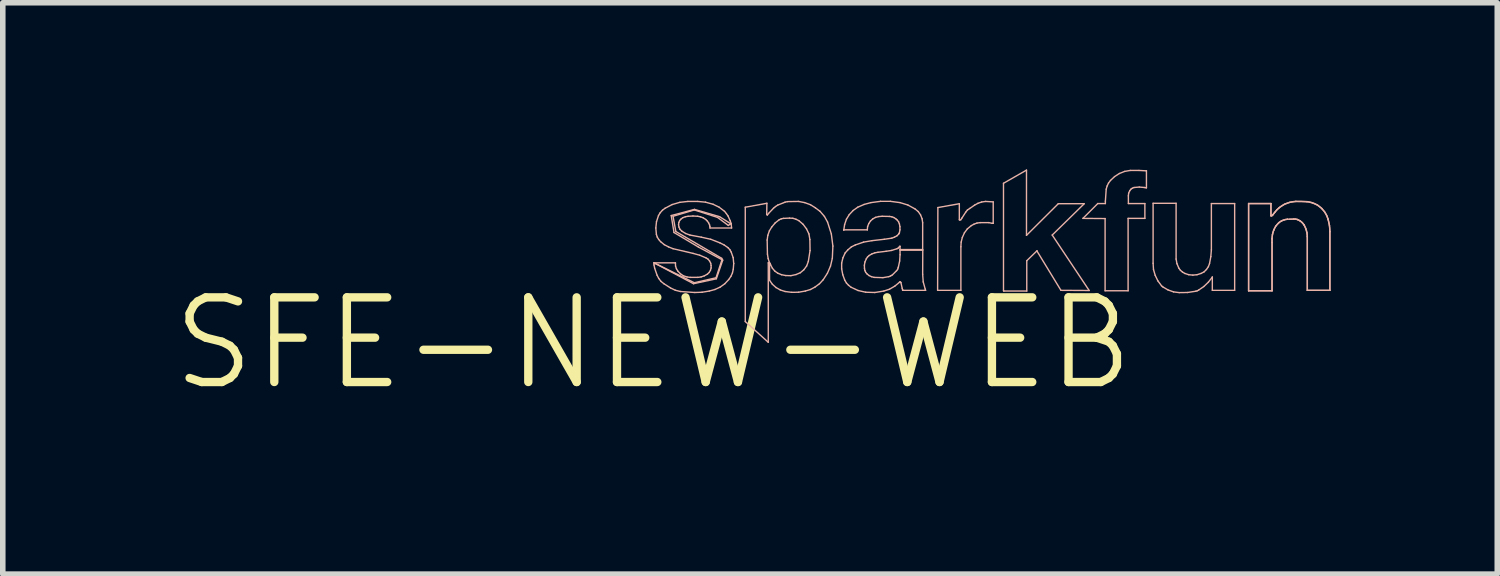
<source format=kicad_pcb>
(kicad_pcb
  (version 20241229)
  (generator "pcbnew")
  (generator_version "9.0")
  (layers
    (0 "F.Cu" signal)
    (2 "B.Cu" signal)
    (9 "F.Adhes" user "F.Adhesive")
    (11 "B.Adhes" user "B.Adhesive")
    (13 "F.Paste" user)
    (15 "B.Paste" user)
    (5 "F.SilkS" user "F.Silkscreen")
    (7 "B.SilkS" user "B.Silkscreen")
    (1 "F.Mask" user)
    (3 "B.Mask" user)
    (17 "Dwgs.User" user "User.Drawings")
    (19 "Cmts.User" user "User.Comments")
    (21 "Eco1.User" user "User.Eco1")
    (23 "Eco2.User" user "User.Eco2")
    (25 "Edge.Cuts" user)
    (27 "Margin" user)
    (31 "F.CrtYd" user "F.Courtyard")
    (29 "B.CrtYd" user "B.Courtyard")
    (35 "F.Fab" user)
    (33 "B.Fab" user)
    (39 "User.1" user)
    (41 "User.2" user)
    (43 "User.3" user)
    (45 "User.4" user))
  (footprint "SFE-NEW-WEB"
    (layer "F.Cu")
    (at 8.709 3.129)
    (property "Reference" "SFE-NEW-WEB" (at 0 0 0) (layer "F.SilkS") (effects (font (size 1.524 1.524) (thickness 0.15))))
    (attr exclude_from_pos_files exclude_from_bom)
    (fp_line (start 0.013 -1.448) (end 0.013 -1.41) (stroke (width 0.025) (type solid)) (layer "B.SilkS"))
    (fp_line (start 0.013 -1.448) (end 0.724 -1.072) (stroke (width 0.025) (type solid)) (layer "B.SilkS"))
    (fp_line (start 0.013 -1.41) (end 0.025 -1.351) (stroke (width 0.025) (type solid)) (layer "B.SilkS"))
    (fp_line (start 0.025 -1.351) (end 0.069 -1.224) (stroke (width 0.025) (type solid)) (layer "B.SilkS"))
    (fp_line (start 0.046 -2.075) (end 0.056 -1.961) (stroke (width 0.025) (type solid)) (layer "B.SilkS"))
    (fp_line (start 0.056 -1.961) (end 0.071 -1.913) (stroke (width 0.025) (type solid)) (layer "B.SilkS"))
    (fp_line (start 0.058 -2.189) (end 0.046 -2.075) (stroke (width 0.025) (type solid)) (layer "B.SilkS"))
    (fp_line (start 0.069 -1.224) (end 0.099 -1.166) (stroke (width 0.025) (type solid)) (layer "B.SilkS"))
    (fp_line (start 0.071 -1.913) (end 0.097 -1.869) (stroke (width 0.025) (type solid)) (layer "B.SilkS"))
    (fp_line (start 0.094 -2.299) (end 0.058 -2.189) (stroke (width 0.025) (type solid)) (layer "B.SilkS"))
    (fp_line (start 0.097 -1.869) (end 0.132 -1.829) (stroke (width 0.025) (type solid)) (layer "B.SilkS"))
    (fp_line (start 0.099 -1.166) (end 0.14 -1.113) (stroke (width 0.025) (type solid)) (layer "B.SilkS"))
    (fp_line (start 0.124 -2.349) (end 0.094 -2.299) (stroke (width 0.025) (type solid)) (layer "B.SilkS"))
    (fp_line (start 0.132 -1.829) (end 0.198 -1.775) (stroke (width 0.025) (type solid)) (layer "B.SilkS"))
    (fp_line (start 0.14 -1.113) (end 0.191 -1.072) (stroke (width 0.025) (type solid)) (layer "B.SilkS"))
    (fp_line (start 0.165 -2.395) (end 0.124 -2.349) (stroke (width 0.025) (type solid)) (layer "B.SilkS"))
    (fp_line (start 0.191 -1.072) (end 0.31 -0.996) (stroke (width 0.025) (type solid)) (layer "B.SilkS"))
    (fp_line (start 0.198 -1.775) (end 0.274 -1.735) (stroke (width 0.025) (type solid)) (layer "B.SilkS"))
    (fp_line (start 0.213 -2.431) (end 0.165 -2.395) (stroke (width 0.025) (type solid)) (layer "B.SilkS"))
    (fp_line (start 0.274 -1.735) (end 0.356 -1.702) (stroke (width 0.025) (type solid)) (layer "B.SilkS"))
    (fp_line (start 0.31 -0.996) (end 0.396 -0.955) (stroke (width 0.025) (type solid)) (layer "B.SilkS"))
    (fp_line (start 0.323 -2.299) (end 0.373 -1.994) (stroke (width 0.025) (type solid)) (layer "B.SilkS"))
    (fp_line (start 0.34 -2.497) (end 0.213 -2.431) (stroke (width 0.025) (type solid)) (layer "B.SilkS"))
    (fp_line (start 0.356 -2.286) (end 0.737 -2.4) (stroke (width 0.025) (type solid)) (layer "B.SilkS"))
    (fp_line (start 0.356 -1.702) (end 0.716 -1.618) (stroke (width 0.025) (type solid)) (layer "B.SilkS"))
    (fp_line (start 0.373 -1.994) (end 0.813 -1.732) (stroke (width 0.025) (type solid)) (layer "B.SilkS"))
    (fp_line (start 0.396 -0.955) (end 0.488 -0.932) (stroke (width 0.025) (type solid)) (layer "B.SilkS"))
    (fp_line (start 0.399 -1.448) (end 0.013 -1.448) (stroke (width 0.025) (type solid)) (layer "B.SilkS"))
    (fp_line (start 0.399 -1.44) (end 0.399 -1.448) (stroke (width 0.025) (type solid)) (layer "B.SilkS"))
    (fp_line (start 0.401 -1.389) (end 0.399 -1.44) (stroke (width 0.025) (type solid)) (layer "B.SilkS"))
    (fp_line (start 0.406 -2.012) (end 0.356 -2.286) (stroke (width 0.025) (type solid)) (layer "B.SilkS"))
    (fp_line (start 0.417 -1.341) (end 0.401 -1.389) (stroke (width 0.025) (type solid)) (layer "B.SilkS"))
    (fp_line (start 0.445 -1.295) (end 0.417 -1.341) (stroke (width 0.025) (type solid)) (layer "B.SilkS"))
    (fp_line (start 0.455 -2.134) (end 0.46 -2.174) (stroke (width 0.025) (type solid)) (layer "B.SilkS"))
    (fp_line (start 0.46 -2.174) (end 0.475 -2.21) (stroke (width 0.025) (type solid)) (layer "B.SilkS"))
    (fp_line (start 0.462 -2.093) (end 0.455 -2.134) (stroke (width 0.025) (type solid)) (layer "B.SilkS"))
    (fp_line (start 0.475 -2.21) (end 0.503 -2.24) (stroke (width 0.025) (type solid)) (layer "B.SilkS"))
    (fp_line (start 0.478 -2.537) (end 0.34 -2.497) (stroke (width 0.025) (type solid)) (layer "B.SilkS"))
    (fp_line (start 0.48 -2.052) (end 0.462 -2.093) (stroke (width 0.025) (type solid)) (layer "B.SilkS"))
    (fp_line (start 0.488 -0.932) (end 0.747 -0.914) (stroke (width 0.025) (type solid)) (layer "B.SilkS"))
    (fp_line (start 0.49 -1.25) (end 0.445 -1.295) (stroke (width 0.025) (type solid)) (layer "B.SilkS"))
    (fp_line (start 0.503 -2.24) (end 0.533 -2.261) (stroke (width 0.025) (type solid)) (layer "B.SilkS"))
    (fp_line (start 0.513 -2.019) (end 0.48 -2.052) (stroke (width 0.025) (type solid)) (layer "B.SilkS"))
    (fp_line (start 0.533 -2.261) (end 0.579 -2.278) (stroke (width 0.025) (type solid)) (layer "B.SilkS"))
    (fp_line (start 0.544 -1.214) (end 0.49 -1.25) (stroke (width 0.025) (type solid)) (layer "B.SilkS"))
    (fp_line (start 0.579 -2.278) (end 0.627 -2.286) (stroke (width 0.025) (type solid)) (layer "B.SilkS"))
    (fp_line (start 0.582 -1.976) (end 0.513 -2.019) (stroke (width 0.025) (type solid)) (layer "B.SilkS"))
    (fp_line (start 0.607 -1.194) (end 0.544 -1.214) (stroke (width 0.025) (type solid)) (layer "B.SilkS"))
    (fp_line (start 0.622 -2.553) (end 0.478 -2.537) (stroke (width 0.025) (type solid)) (layer "B.SilkS"))
    (fp_line (start 0.627 -2.286) (end 0.714 -2.291) (stroke (width 0.025) (type solid)) (layer "B.SilkS"))
    (fp_line (start 0.66 -1.948) (end 0.582 -1.976) (stroke (width 0.025) (type solid)) (layer "B.SilkS"))
    (fp_line (start 0.665 -1.186) (end 0.607 -1.194) (stroke (width 0.025) (type solid)) (layer "B.SilkS"))
    (fp_line (start 0.714 -2.291) (end 0.8 -2.286) (stroke (width 0.025) (type solid)) (layer "B.SilkS"))
    (fp_line (start 0.716 -1.618) (end 0.836 -1.585) (stroke (width 0.025) (type solid)) (layer "B.SilkS"))
    (fp_line (start 0.724 -1.072) (end 1.135 -1.161) (stroke (width 0.025) (type solid)) (layer "B.SilkS"))
    (fp_line (start 0.737 -2.4) (end 1.156 -2.266) (stroke (width 0.025) (type solid)) (layer "B.SilkS"))
    (fp_line (start 0.737 -1.09) (end 0.013 -1.448) (stroke (width 0.025) (type solid)) (layer "B.SilkS"))
    (fp_line (start 0.742 -2.41) (end 0.323 -2.299) (stroke (width 0.025) (type solid)) (layer "B.SilkS"))
    (fp_line (start 0.747 -0.914) (end 0.879 -0.919) (stroke (width 0.025) (type solid)) (layer "B.SilkS"))
    (fp_line (start 0.8 -2.553) (end 0.622 -2.553) (stroke (width 0.025) (type solid)) (layer "B.SilkS"))
    (fp_line (start 0.8 -2.286) (end 0.851 -2.276) (stroke (width 0.025) (type solid)) (layer "B.SilkS"))
    (fp_line (start 0.8 -1.186) (end 0.665 -1.186) (stroke (width 0.025) (type solid)) (layer "B.SilkS"))
    (fp_line (start 0.813 -1.732) (end 1.237 -1.504) (stroke (width 0.025) (type solid)) (layer "B.SilkS"))
    (fp_line (start 0.836 -1.585) (end 0.95 -1.537) (stroke (width 0.025) (type solid)) (layer "B.SilkS"))
    (fp_line (start 0.851 -2.276) (end 0.899 -2.258) (stroke (width 0.025) (type solid)) (layer "B.SilkS"))
    (fp_line (start 0.861 -1.194) (end 0.8 -1.186) (stroke (width 0.025) (type solid)) (layer "B.SilkS"))
    (fp_line (start 0.864 -1.91) (end 0.66 -1.948) (stroke (width 0.025) (type solid)) (layer "B.SilkS"))
    (fp_line (start 0.879 -0.919) (end 1.008 -0.94) (stroke (width 0.025) (type solid)) (layer "B.SilkS"))
    (fp_line (start 0.899 -2.258) (end 0.945 -2.228) (stroke (width 0.025) (type solid)) (layer "B.SilkS"))
    (fp_line (start 0.919 -1.214) (end 0.861 -1.194) (stroke (width 0.025) (type solid)) (layer "B.SilkS"))
    (fp_line (start 0.94 -2.54) (end 0.8 -2.553) (stroke (width 0.025) (type solid)) (layer "B.SilkS"))
    (fp_line (start 0.945 -2.228) (end 0.973 -2.2) (stroke (width 0.025) (type solid)) (layer "B.SilkS"))
    (fp_line (start 0.95 -1.537) (end 0.986 -1.514) (stroke (width 0.025) (type solid)) (layer "B.SilkS"))
    (fp_line (start 0.973 -2.2) (end 0.996 -2.167) (stroke (width 0.025) (type solid)) (layer "B.SilkS"))
    (fp_line (start 0.975 -1.245) (end 0.919 -1.214) (stroke (width 0.025) (type solid)) (layer "B.SilkS"))
    (fp_line (start 0.986 -1.514) (end 1.013 -1.481) (stroke (width 0.025) (type solid)) (layer "B.SilkS"))
    (fp_line (start 0.996 -2.167) (end 1.013 -2.131) (stroke (width 0.025) (type solid)) (layer "B.SilkS"))
    (fp_line (start 1.006 -1.275) (end 0.975 -1.245) (stroke (width 0.025) (type solid)) (layer "B.SilkS"))
    (fp_line (start 1.008 -0.94) (end 1.11 -0.968) (stroke (width 0.025) (type solid)) (layer "B.SilkS"))
    (fp_line (start 1.013 -2.131) (end 1.019 -2.103) (stroke (width 0.025) (type solid)) (layer "B.SilkS"))
    (fp_line (start 1.013 -1.481) (end 1.034 -1.44) (stroke (width 0.025) (type solid)) (layer "B.SilkS"))
    (fp_line (start 1.019 -2.103) (end 1.021 -2.075) (stroke (width 0.025) (type solid)) (layer "B.SilkS"))
    (fp_line (start 1.021 -2.075) (end 1.41 -2.075) (stroke (width 0.025) (type solid)) (layer "B.SilkS"))
    (fp_line (start 1.029 -1.313) (end 1.006 -1.275) (stroke (width 0.025) (type solid)) (layer "B.SilkS"))
    (fp_line (start 1.034 -1.872) (end 0.864 -1.91) (stroke (width 0.025) (type solid)) (layer "B.SilkS"))
    (fp_line (start 1.034 -1.44) (end 1.041 -1.4) (stroke (width 0.025) (type solid)) (layer "B.SilkS"))
    (fp_line (start 1.041 -1.4) (end 1.041 -1.356) (stroke (width 0.025) (type solid)) (layer "B.SilkS"))
    (fp_line (start 1.041 -1.356) (end 1.029 -1.313) (stroke (width 0.025) (type solid)) (layer "B.SilkS"))
    (fp_line (start 1.077 -2.502) (end 0.94 -2.54) (stroke (width 0.025) (type solid)) (layer "B.SilkS"))
    (fp_line (start 1.11 -0.968) (end 1.204 -1.011) (stroke (width 0.025) (type solid)) (layer "B.SilkS"))
    (fp_line (start 1.13 -1.179) (end 0.737 -1.09) (stroke (width 0.025) (type solid)) (layer "B.SilkS"))
    (fp_line (start 1.135 -1.161) (end 1.25 -1.496) (stroke (width 0.025) (type solid)) (layer "B.SilkS"))
    (fp_line (start 1.156 -2.266) (end 1.351 -2.121) (stroke (width 0.025) (type solid)) (layer "B.SilkS"))
    (fp_line (start 1.186 -2.449) (end 1.077 -2.502) (stroke (width 0.025) (type solid)) (layer "B.SilkS"))
    (fp_line (start 1.194 -2.278) (end 0.742 -2.41) (stroke (width 0.025) (type solid)) (layer "B.SilkS"))
    (fp_line (start 1.199 -1.808) (end 1.034 -1.872) (stroke (width 0.025) (type solid)) (layer "B.SilkS"))
    (fp_line (start 1.204 -1.011) (end 1.288 -1.072) (stroke (width 0.025) (type solid)) (layer "B.SilkS"))
    (fp_line (start 1.232 -1.529) (end 0.406 -2.012) (stroke (width 0.025) (type solid)) (layer "B.SilkS"))
    (fp_line (start 1.237 -1.504) (end 1.13 -1.179) (stroke (width 0.025) (type solid)) (layer "B.SilkS"))
    (fp_line (start 1.25 -1.496) (end 1.232 -1.529) (stroke (width 0.025) (type solid)) (layer "B.SilkS"))
    (fp_line (start 1.275 -1.77) (end 1.199 -1.808) (stroke (width 0.025) (type solid)) (layer "B.SilkS"))
    (fp_line (start 1.283 -2.375) (end 1.186 -2.449) (stroke (width 0.025) (type solid)) (layer "B.SilkS"))
    (fp_line (start 1.288 -1.072) (end 1.359 -1.148) (stroke (width 0.025) (type solid)) (layer "B.SilkS"))
    (fp_line (start 1.316 -2.334) (end 1.283 -2.375) (stroke (width 0.025) (type solid)) (layer "B.SilkS"))
    (fp_line (start 1.346 -2.291) (end 1.316 -2.334) (stroke (width 0.025) (type solid)) (layer "B.SilkS"))
    (fp_line (start 1.346 -1.72) (end 1.275 -1.77) (stroke (width 0.025) (type solid)) (layer "B.SilkS"))
    (fp_line (start 1.351 -2.121) (end 1.402 -2.156) (stroke (width 0.025) (type solid)) (layer "B.SilkS"))
    (fp_line (start 1.359 -1.148) (end 1.397 -1.204) (stroke (width 0.025) (type solid)) (layer "B.SilkS"))
    (fp_line (start 1.379 -1.684) (end 1.346 -1.72) (stroke (width 0.025) (type solid)) (layer "B.SilkS"))
    (fp_line (start 1.382 -2.21) (end 1.346 -2.291) (stroke (width 0.025) (type solid)) (layer "B.SilkS"))
    (fp_line (start 1.397 -1.204) (end 1.425 -1.265) (stroke (width 0.025) (type solid)) (layer "B.SilkS"))
    (fp_line (start 1.402 -2.156) (end 1.382 -2.21) (stroke (width 0.025) (type solid)) (layer "B.SilkS"))
    (fp_line (start 1.402 -2.146) (end 1.194 -2.278) (stroke (width 0.025) (type solid)) (layer "B.SilkS"))
    (fp_line (start 1.402 -1.643) (end 1.379 -1.684) (stroke (width 0.025) (type solid)) (layer "B.SilkS"))
    (fp_line (start 1.41 -2.075) (end 1.402 -2.146) (stroke (width 0.025) (type solid)) (layer "B.SilkS"))
    (fp_line (start 1.425 -1.265) (end 1.44 -1.333) (stroke (width 0.025) (type solid)) (layer "B.SilkS"))
    (fp_line (start 1.438 -1.542) (end 1.402 -1.643) (stroke (width 0.025) (type solid)) (layer "B.SilkS"))
    (fp_line (start 1.44 -1.333) (end 1.448 -1.435) (stroke (width 0.025) (type solid)) (layer "B.SilkS"))
    (fp_line (start 1.448 -1.435) (end 1.438 -1.542) (stroke (width 0.025) (type solid)) (layer "B.SilkS"))
    (fp_line (start 1.656 -2.449) (end 2.045 -2.52) (stroke (width 0.025) (type solid)) (layer "B.SilkS"))
    (fp_line (start 1.656 -0.391) (end 1.656 -2.449) (stroke (width 0.025) (type solid)) (layer "B.SilkS"))
    (fp_line (start 2.042 -2.322) (end 2.05 -2.311) (stroke (width 0.025) (type solid)) (layer "B.SilkS"))
    (fp_line (start 2.045 -2.52) (end 2.042 -2.322) (stroke (width 0.025) (type solid)) (layer "B.SilkS"))
    (fp_line (start 2.05 -2.311) (end 2.055 -2.311) (stroke (width 0.025) (type solid)) (layer "B.SilkS"))
    (fp_line (start 2.05 -1.859) (end 2.055 -1.605) (stroke (width 0.025) (type solid)) (layer "B.SilkS"))
    (fp_line (start 2.055 -2.311) (end 2.075 -2.337) (stroke (width 0.025) (type solid)) (layer "B.SilkS"))
    (fp_line (start 2.055 -1.605) (end 2.068 -1.524) (stroke (width 0.025) (type solid)) (layer "B.SilkS"))
    (fp_line (start 2.062 -1.943) (end 2.05 -1.859) (stroke (width 0.025) (type solid)) (layer "B.SilkS"))
    (fp_line (start 2.068 -1.524) (end 2.088 -1.458) (stroke (width 0.025) (type solid)) (layer "B.SilkS"))
    (fp_line (start 2.07 -1.448) (end 2.07 -0.018) (stroke (width 0.025) (type solid)) (layer "B.SilkS"))
    (fp_line (start 2.07 -0.018) (end 1.656 -0.391) (stroke (width 0.025) (type solid)) (layer "B.SilkS"))
    (fp_line (start 2.075 -2.337) (end 2.164 -2.431) (stroke (width 0.025) (type solid)) (layer "B.SilkS"))
    (fp_line (start 2.083 -1.448) (end 2.07 -1.448) (stroke (width 0.025) (type solid)) (layer "B.SilkS"))
    (fp_line (start 2.085 -1.448) (end 2.083 -1.448) (stroke (width 0.025) (type solid)) (layer "B.SilkS"))
    (fp_line (start 2.088 -1.458) (end 2.09 -1.453) (stroke (width 0.025) (type solid)) (layer "B.SilkS"))
    (fp_line (start 2.088 -1.45) (end 2.085 -1.448) (stroke (width 0.025) (type solid)) (layer "B.SilkS"))
    (fp_line (start 2.09 -2.024) (end 2.062 -1.943) (stroke (width 0.025) (type solid)) (layer "B.SilkS"))
    (fp_line (start 2.09 -1.453) (end 2.088 -1.45) (stroke (width 0.025) (type solid)) (layer "B.SilkS"))
    (fp_line (start 2.093 -1.433) (end 2.101 -1.44) (stroke (width 0.025) (type solid)) (layer "B.SilkS"))
    (fp_line (start 2.093 -1.135) (end 2.093 -1.433) (stroke (width 0.025) (type solid)) (layer "B.SilkS"))
    (fp_line (start 2.101 -1.44) (end 2.101 -1.435) (stroke (width 0.025) (type solid)) (layer "B.SilkS"))
    (fp_line (start 2.101 -1.435) (end 2.101 -1.425) (stroke (width 0.025) (type solid)) (layer "B.SilkS"))
    (fp_line (start 2.101 -1.425) (end 2.108 -1.415) (stroke (width 0.025) (type solid)) (layer "B.SilkS"))
    (fp_line (start 2.108 -1.415) (end 2.113 -1.41) (stroke (width 0.025) (type solid)) (layer "B.SilkS"))
    (fp_line (start 2.113 -1.41) (end 2.144 -1.351) (stroke (width 0.025) (type solid)) (layer "B.SilkS"))
    (fp_line (start 2.134 -2.095) (end 2.09 -2.024) (stroke (width 0.025) (type solid)) (layer "B.SilkS"))
    (fp_line (start 2.144 -1.351) (end 2.187 -1.3) (stroke (width 0.025) (type solid)) (layer "B.SilkS"))
    (fp_line (start 2.144 -1.062) (end 2.093 -1.135) (stroke (width 0.025) (type solid)) (layer "B.SilkS"))
    (fp_line (start 2.164 -2.431) (end 2.2 -2.461) (stroke (width 0.025) (type solid)) (layer "B.SilkS"))
    (fp_line (start 2.187 -1.3) (end 2.24 -1.262) (stroke (width 0.025) (type solid)) (layer "B.SilkS"))
    (fp_line (start 2.195 -2.167) (end 2.134 -2.095) (stroke (width 0.025) (type solid)) (layer "B.SilkS"))
    (fp_line (start 2.2 -2.461) (end 2.24 -2.487) (stroke (width 0.025) (type solid)) (layer "B.SilkS"))
    (fp_line (start 2.21 -1.003) (end 2.144 -1.062) (stroke (width 0.025) (type solid)) (layer "B.SilkS"))
    (fp_line (start 2.24 -2.487) (end 2.372 -2.54) (stroke (width 0.025) (type solid)) (layer "B.SilkS"))
    (fp_line (start 2.24 -1.262) (end 2.309 -1.234) (stroke (width 0.025) (type solid)) (layer "B.SilkS"))
    (fp_line (start 2.266 -2.223) (end 2.195 -2.167) (stroke (width 0.025) (type solid)) (layer "B.SilkS"))
    (fp_line (start 2.286 -0.96) (end 2.21 -1.003) (stroke (width 0.025) (type solid)) (layer "B.SilkS"))
    (fp_line (start 2.304 -2.24) (end 2.266 -2.223) (stroke (width 0.025) (type solid)) (layer "B.SilkS"))
    (fp_line (start 2.309 -1.234) (end 2.385 -1.219) (stroke (width 0.025) (type solid)) (layer "B.SilkS"))
    (fp_line (start 2.342 -2.248) (end 2.304 -2.24) (stroke (width 0.025) (type solid)) (layer "B.SilkS"))
    (fp_line (start 2.372 -2.54) (end 2.418 -2.55) (stroke (width 0.025) (type solid)) (layer "B.SilkS"))
    (fp_line (start 2.372 -0.932) (end 2.286 -0.96) (stroke (width 0.025) (type solid)) (layer "B.SilkS"))
    (fp_line (start 2.385 -1.219) (end 2.477 -1.217) (stroke (width 0.025) (type solid)) (layer "B.SilkS"))
    (fp_line (start 2.418 -2.55) (end 2.616 -2.553) (stroke (width 0.025) (type solid)) (layer "B.SilkS"))
    (fp_line (start 2.451 -2.253) (end 2.342 -2.248) (stroke (width 0.025) (type solid)) (layer "B.SilkS"))
    (fp_line (start 2.477 -1.217) (end 2.57 -1.237) (stroke (width 0.025) (type solid)) (layer "B.SilkS"))
    (fp_line (start 2.492 -0.917) (end 2.372 -0.932) (stroke (width 0.025) (type solid)) (layer "B.SilkS"))
    (fp_line (start 2.512 -2.25) (end 2.451 -2.253) (stroke (width 0.025) (type solid)) (layer "B.SilkS"))
    (fp_line (start 2.568 -2.233) (end 2.512 -2.25) (stroke (width 0.025) (type solid)) (layer "B.SilkS"))
    (fp_line (start 2.57 -1.237) (end 2.647 -1.27) (stroke (width 0.025) (type solid)) (layer "B.SilkS"))
    (fp_line (start 2.616 -2.553) (end 2.725 -2.532) (stroke (width 0.025) (type solid)) (layer "B.SilkS"))
    (fp_line (start 2.616 -0.919) (end 2.492 -0.917) (stroke (width 0.025) (type solid)) (layer "B.SilkS"))
    (fp_line (start 2.621 -2.207) (end 2.568 -2.233) (stroke (width 0.025) (type solid)) (layer "B.SilkS"))
    (fp_line (start 2.647 -1.27) (end 2.71 -1.323) (stroke (width 0.025) (type solid)) (layer "B.SilkS"))
    (fp_line (start 2.697 -2.141) (end 2.621 -2.207) (stroke (width 0.025) (type solid)) (layer "B.SilkS"))
    (fp_line (start 2.71 -1.323) (end 2.761 -1.392) (stroke (width 0.025) (type solid)) (layer "B.SilkS"))
    (fp_line (start 2.725 -2.532) (end 2.83 -2.494) (stroke (width 0.025) (type solid)) (layer "B.SilkS"))
    (fp_line (start 2.736 -0.94) (end 2.616 -0.919) (stroke (width 0.025) (type solid)) (layer "B.SilkS"))
    (fp_line (start 2.758 -2.06) (end 2.697 -2.141) (stroke (width 0.025) (type solid)) (layer "B.SilkS"))
    (fp_line (start 2.761 -1.392) (end 2.791 -1.473) (stroke (width 0.025) (type solid)) (layer "B.SilkS"))
    (fp_line (start 2.791 -1.473) (end 2.822 -1.669) (stroke (width 0.025) (type solid)) (layer "B.SilkS"))
    (fp_line (start 2.802 -1.968) (end 2.758 -2.06) (stroke (width 0.025) (type solid)) (layer "B.SilkS"))
    (fp_line (start 2.819 -1.867) (end 2.802 -1.968) (stroke (width 0.025) (type solid)) (layer "B.SilkS"))
    (fp_line (start 2.822 -1.669) (end 2.819 -1.867) (stroke (width 0.025) (type solid)) (layer "B.SilkS"))
    (fp_line (start 2.83 -2.494) (end 2.918 -2.438) (stroke (width 0.025) (type solid)) (layer "B.SilkS"))
    (fp_line (start 2.83 -0.968) (end 2.736 -0.94) (stroke (width 0.025) (type solid)) (layer "B.SilkS"))
    (fp_line (start 2.913 -1.013) (end 2.83 -0.968) (stroke (width 0.025) (type solid)) (layer "B.SilkS"))
    (fp_line (start 2.918 -2.438) (end 3.002 -2.375) (stroke (width 0.025) (type solid)) (layer "B.SilkS"))
    (fp_line (start 2.992 -1.072) (end 2.913 -1.013) (stroke (width 0.025) (type solid)) (layer "B.SilkS"))
    (fp_line (start 3.002 -2.375) (end 3.081 -2.283) (stroke (width 0.025) (type solid)) (layer "B.SilkS"))
    (fp_line (start 3.058 -1.143) (end 2.992 -1.072) (stroke (width 0.025) (type solid)) (layer "B.SilkS"))
    (fp_line (start 3.081 -2.283) (end 3.137 -2.182) (stroke (width 0.025) (type solid)) (layer "B.SilkS"))
    (fp_line (start 3.134 -1.26) (end 3.058 -1.143) (stroke (width 0.025) (type solid)) (layer "B.SilkS"))
    (fp_line (start 3.137 -2.182) (end 3.205 -1.968) (stroke (width 0.025) (type solid)) (layer "B.SilkS"))
    (fp_line (start 3.19 -1.389) (end 3.134 -1.26) (stroke (width 0.025) (type solid)) (layer "B.SilkS"))
    (fp_line (start 3.205 -1.968) (end 3.233 -1.75) (stroke (width 0.025) (type solid)) (layer "B.SilkS"))
    (fp_line (start 3.223 -1.529) (end 3.19 -1.389) (stroke (width 0.025) (type solid)) (layer "B.SilkS"))
    (fp_line (start 3.233 -1.75) (end 3.223 -1.529) (stroke (width 0.025) (type solid)) (layer "B.SilkS"))
    (fp_line (start 3.391 -1.445) (end 3.391 -1.339) (stroke (width 0.025) (type solid)) (layer "B.SilkS"))
    (fp_line (start 3.391 -1.339) (end 3.411 -1.234) (stroke (width 0.025) (type solid)) (layer "B.SilkS"))
    (fp_line (start 3.411 -1.234) (end 3.447 -1.135) (stroke (width 0.025) (type solid)) (layer "B.SilkS"))
    (fp_line (start 3.414 -1.539) (end 3.391 -1.445) (stroke (width 0.025) (type solid)) (layer "B.SilkS"))
    (fp_line (start 3.429 -2.042) (end 3.853 -2.042) (stroke (width 0.025) (type solid)) (layer "B.SilkS"))
    (fp_line (start 3.429 -2.037) (end 3.429 -2.042) (stroke (width 0.025) (type solid)) (layer "B.SilkS"))
    (fp_line (start 3.444 -2.136) (end 3.429 -2.037) (stroke (width 0.025) (type solid)) (layer "B.SilkS"))
    (fp_line (start 3.447 -1.135) (end 3.477 -1.085) (stroke (width 0.025) (type solid)) (layer "B.SilkS"))
    (fp_line (start 3.454 -1.626) (end 3.414 -1.539) (stroke (width 0.025) (type solid)) (layer "B.SilkS"))
    (fp_line (start 3.477 -2.233) (end 3.444 -2.136) (stroke (width 0.025) (type solid)) (layer "B.SilkS"))
    (fp_line (start 3.477 -1.085) (end 3.515 -1.044) (stroke (width 0.025) (type solid)) (layer "B.SilkS"))
    (fp_line (start 3.505 -1.684) (end 3.454 -1.626) (stroke (width 0.025) (type solid)) (layer "B.SilkS"))
    (fp_line (start 3.515 -1.044) (end 3.561 -1.008) (stroke (width 0.025) (type solid)) (layer "B.SilkS"))
    (fp_line (start 3.528 -2.316) (end 3.477 -2.233) (stroke (width 0.025) (type solid)) (layer "B.SilkS"))
    (fp_line (start 3.561 -1.008) (end 3.686 -0.95) (stroke (width 0.025) (type solid)) (layer "B.SilkS"))
    (fp_line (start 3.566 -1.735) (end 3.505 -1.684) (stroke (width 0.025) (type solid)) (layer "B.SilkS"))
    (fp_line (start 3.597 -2.39) (end 3.528 -2.316) (stroke (width 0.025) (type solid)) (layer "B.SilkS"))
    (fp_line (start 3.637 -1.77) (end 3.566 -1.735) (stroke (width 0.025) (type solid)) (layer "B.SilkS"))
    (fp_line (start 3.68 -2.449) (end 3.597 -2.39) (stroke (width 0.025) (type solid)) (layer "B.SilkS"))
    (fp_line (start 3.686 -0.95) (end 3.823 -0.919) (stroke (width 0.025) (type solid)) (layer "B.SilkS"))
    (fp_line (start 3.785 -1.821) (end 3.637 -1.77) (stroke (width 0.025) (type solid)) (layer "B.SilkS"))
    (fp_line (start 3.795 -2.499) (end 3.68 -2.449) (stroke (width 0.025) (type solid)) (layer "B.SilkS"))
    (fp_line (start 3.8 -1.405) (end 3.81 -1.463) (stroke (width 0.025) (type solid)) (layer "B.SilkS"))
    (fp_line (start 3.802 -1.344) (end 3.8 -1.405) (stroke (width 0.025) (type solid)) (layer "B.SilkS"))
    (fp_line (start 3.81 -1.463) (end 3.835 -1.521) (stroke (width 0.025) (type solid)) (layer "B.SilkS"))
    (fp_line (start 3.81 -1.308) (end 3.802 -1.344) (stroke (width 0.025) (type solid)) (layer "B.SilkS"))
    (fp_line (start 3.823 -1.278) (end 3.81 -1.308) (stroke (width 0.025) (type solid)) (layer "B.SilkS"))
    (fp_line (start 3.823 -0.919) (end 3.988 -0.914) (stroke (width 0.025) (type solid)) (layer "B.SilkS"))
    (fp_line (start 3.835 -1.521) (end 3.856 -1.552) (stroke (width 0.025) (type solid)) (layer "B.SilkS"))
    (fp_line (start 3.846 -1.25) (end 3.823 -1.278) (stroke (width 0.025) (type solid)) (layer "B.SilkS"))
    (fp_line (start 3.853 -2.045) (end 3.858 -2.101) (stroke (width 0.025) (type solid)) (layer "B.SilkS"))
    (fp_line (start 3.853 -2.042) (end 3.853 -2.045) (stroke (width 0.025) (type solid)) (layer "B.SilkS"))
    (fp_line (start 3.856 -1.552) (end 3.886 -1.58) (stroke (width 0.025) (type solid)) (layer "B.SilkS"))
    (fp_line (start 3.858 -2.101) (end 3.879 -2.154) (stroke (width 0.025) (type solid)) (layer "B.SilkS"))
    (fp_line (start 3.879 -2.154) (end 3.909 -2.2) (stroke (width 0.025) (type solid)) (layer "B.SilkS"))
    (fp_line (start 3.884 -1.219) (end 3.846 -1.25) (stroke (width 0.025) (type solid)) (layer "B.SilkS"))
    (fp_line (start 3.886 -1.58) (end 3.934 -1.608) (stroke (width 0.025) (type solid)) (layer "B.SilkS"))
    (fp_line (start 3.909 -2.2) (end 3.95 -2.238) (stroke (width 0.025) (type solid)) (layer "B.SilkS"))
    (fp_line (start 3.917 -2.532) (end 3.795 -2.499) (stroke (width 0.025) (type solid)) (layer "B.SilkS"))
    (fp_line (start 3.927 -1.199) (end 3.884 -1.219) (stroke (width 0.025) (type solid)) (layer "B.SilkS"))
    (fp_line (start 3.934 -1.608) (end 3.988 -1.628) (stroke (width 0.025) (type solid)) (layer "B.SilkS"))
    (fp_line (start 3.937 -1.847) (end 3.785 -1.821) (stroke (width 0.025) (type solid)) (layer "B.SilkS"))
    (fp_line (start 3.95 -2.238) (end 4 -2.266) (stroke (width 0.025) (type solid)) (layer "B.SilkS"))
    (fp_line (start 3.975 -1.186) (end 3.927 -1.199) (stroke (width 0.025) (type solid)) (layer "B.SilkS"))
    (fp_line (start 3.988 -1.628) (end 4.044 -1.638) (stroke (width 0.025) (type solid)) (layer "B.SilkS"))
    (fp_line (start 3.988 -0.914) (end 4.15 -0.94) (stroke (width 0.025) (type solid)) (layer "B.SilkS"))
    (fp_line (start 4 -2.266) (end 4.059 -2.281) (stroke (width 0.025) (type solid)) (layer "B.SilkS"))
    (fp_line (start 4.044 -1.638) (end 4.191 -1.656) (stroke (width 0.025) (type solid)) (layer "B.SilkS"))
    (fp_line (start 4.059 -2.281) (end 4.12 -2.286) (stroke (width 0.025) (type solid)) (layer "B.SilkS"))
    (fp_line (start 4.092 -2.555) (end 3.917 -2.532) (stroke (width 0.025) (type solid)) (layer "B.SilkS"))
    (fp_line (start 4.12 -2.286) (end 4.255 -2.283) (stroke (width 0.025) (type solid)) (layer "B.SilkS"))
    (fp_line (start 4.133 -1.181) (end 3.975 -1.186) (stroke (width 0.025) (type solid)) (layer "B.SilkS"))
    (fp_line (start 4.15 -0.94) (end 4.252 -0.973) (stroke (width 0.025) (type solid)) (layer "B.SilkS"))
    (fp_line (start 4.158 -1.872) (end 3.937 -1.847) (stroke (width 0.025) (type solid)) (layer "B.SilkS"))
    (fp_line (start 4.191 -1.656) (end 4.29 -1.671) (stroke (width 0.025) (type solid)) (layer "B.SilkS"))
    (fp_line (start 4.239 -1.199) (end 4.133 -1.181) (stroke (width 0.025) (type solid)) (layer "B.SilkS"))
    (fp_line (start 4.252 -0.973) (end 4.348 -1.029) (stroke (width 0.025) (type solid)) (layer "B.SilkS"))
    (fp_line (start 4.255 -2.283) (end 4.295 -2.276) (stroke (width 0.025) (type solid)) (layer "B.SilkS"))
    (fp_line (start 4.267 -2.555) (end 4.092 -2.555) (stroke (width 0.025) (type solid)) (layer "B.SilkS"))
    (fp_line (start 4.272 -1.212) (end 4.239 -1.199) (stroke (width 0.025) (type solid)) (layer "B.SilkS"))
    (fp_line (start 4.29 -1.671) (end 4.387 -1.702) (stroke (width 0.025) (type solid)) (layer "B.SilkS"))
    (fp_line (start 4.293 -1.892) (end 4.158 -1.872) (stroke (width 0.025) (type solid)) (layer "B.SilkS"))
    (fp_line (start 4.295 -2.276) (end 4.331 -2.263) (stroke (width 0.025) (type solid)) (layer "B.SilkS"))
    (fp_line (start 4.305 -1.232) (end 4.272 -1.212) (stroke (width 0.025) (type solid)) (layer "B.SilkS"))
    (fp_line (start 4.331 -2.263) (end 4.366 -2.24) (stroke (width 0.025) (type solid)) (layer "B.SilkS"))
    (fp_line (start 4.341 -1.91) (end 4.293 -1.892) (stroke (width 0.025) (type solid)) (layer "B.SilkS"))
    (fp_line (start 4.348 -1.029) (end 4.43 -1.097) (stroke (width 0.025) (type solid)) (layer "B.SilkS"))
    (fp_line (start 4.366 -2.24) (end 4.392 -2.217) (stroke (width 0.025) (type solid)) (layer "B.SilkS"))
    (fp_line (start 4.379 -1.306) (end 4.305 -1.232) (stroke (width 0.025) (type solid)) (layer "B.SilkS"))
    (fp_line (start 4.387 -1.935) (end 4.341 -1.91) (stroke (width 0.025) (type solid)) (layer "B.SilkS"))
    (fp_line (start 4.387 -1.702) (end 4.407 -1.712) (stroke (width 0.025) (type solid)) (layer "B.SilkS"))
    (fp_line (start 4.392 -2.217) (end 4.415 -2.187) (stroke (width 0.025) (type solid)) (layer "B.SilkS"))
    (fp_line (start 4.397 -1.328) (end 4.379 -1.306) (stroke (width 0.025) (type solid)) (layer "B.SilkS"))
    (fp_line (start 4.407 -1.712) (end 4.422 -1.727) (stroke (width 0.025) (type solid)) (layer "B.SilkS"))
    (fp_line (start 4.407 -1.356) (end 4.397 -1.328) (stroke (width 0.025) (type solid)) (layer "B.SilkS"))
    (fp_line (start 4.412 -1.372) (end 4.407 -1.356) (stroke (width 0.025) (type solid)) (layer "B.SilkS"))
    (fp_line (start 4.415 -2.187) (end 4.43 -2.151) (stroke (width 0.025) (type solid)) (layer "B.SilkS"))
    (fp_line (start 4.417 -1.966) (end 4.387 -1.935) (stroke (width 0.025) (type solid)) (layer "B.SilkS"))
    (fp_line (start 4.422 -1.976) (end 4.417 -1.966) (stroke (width 0.025) (type solid)) (layer "B.SilkS"))
    (fp_line (start 4.422 -1.727) (end 4.437 -1.745) (stroke (width 0.025) (type solid)) (layer "B.SilkS"))
    (fp_line (start 4.43 -2.151) (end 4.44 -2.098) (stroke (width 0.025) (type solid)) (layer "B.SilkS"))
    (fp_line (start 4.43 -1.986) (end 4.422 -1.976) (stroke (width 0.025) (type solid)) (layer "B.SilkS"))
    (fp_line (start 4.43 -1.097) (end 4.437 -1.102) (stroke (width 0.025) (type solid)) (layer "B.SilkS"))
    (fp_line (start 4.435 -1.481) (end 4.412 -1.372) (stroke (width 0.025) (type solid)) (layer "B.SilkS"))
    (fp_line (start 4.437 -1.745) (end 4.442 -1.745) (stroke (width 0.025) (type solid)) (layer "B.SilkS"))
    (fp_line (start 4.437 -1.102) (end 4.442 -1.102) (stroke (width 0.025) (type solid)) (layer "B.SilkS"))
    (fp_line (start 4.44 -2.098) (end 4.44 -2.042) (stroke (width 0.025) (type solid)) (layer "B.SilkS"))
    (fp_line (start 4.44 -2.042) (end 4.43 -1.986) (stroke (width 0.025) (type solid)) (layer "B.SilkS"))
    (fp_line (start 4.442 -2.532) (end 4.267 -2.555) (stroke (width 0.025) (type solid)) (layer "B.SilkS"))
    (fp_line (start 4.442 -1.745) (end 4.442 -1.687) (stroke (width 0.025) (type solid)) (layer "B.SilkS"))
    (fp_line (start 4.442 -1.687) (end 4.849 -1.687) (stroke (width 0.025) (type solid)) (layer "B.SilkS"))
    (fp_line (start 4.442 -1.676) (end 4.442 -1.593) (stroke (width 0.025) (type solid)) (layer "B.SilkS"))
    (fp_line (start 4.442 -1.593) (end 4.435 -1.481) (stroke (width 0.025) (type solid)) (layer "B.SilkS"))
    (fp_line (start 4.442 -1.102) (end 4.45 -1.102) (stroke (width 0.025) (type solid)) (layer "B.SilkS"))
    (fp_line (start 4.45 -1.102) (end 4.453 -1.097) (stroke (width 0.025) (type solid)) (layer "B.SilkS"))
    (fp_line (start 4.453 -1.097) (end 4.458 -1.09) (stroke (width 0.025) (type solid)) (layer "B.SilkS"))
    (fp_line (start 4.458 -1.09) (end 4.481 -0.988) (stroke (width 0.025) (type solid)) (layer "B.SilkS"))
    (fp_line (start 4.481 -0.988) (end 4.488 -0.958) (stroke (width 0.025) (type solid)) (layer "B.SilkS"))
    (fp_line (start 4.488 -0.958) (end 4.488 -0.955) (stroke (width 0.025) (type solid)) (layer "B.SilkS"))
    (fp_line (start 4.488 -0.955) (end 4.493 -0.953) (stroke (width 0.025) (type solid)) (layer "B.SilkS"))
    (fp_line (start 4.493 -0.953) (end 4.496 -0.953) (stroke (width 0.025) (type solid)) (layer "B.SilkS"))
    (fp_line (start 4.496 -0.953) (end 4.902 -0.953) (stroke (width 0.025) (type solid)) (layer "B.SilkS"))
    (fp_line (start 4.582 -2.489) (end 4.442 -2.532) (stroke (width 0.025) (type solid)) (layer "B.SilkS"))
    (fp_line (start 4.712 -2.418) (end 4.582 -2.489) (stroke (width 0.025) (type solid)) (layer "B.SilkS"))
    (fp_line (start 4.77 -2.37) (end 4.712 -2.418) (stroke (width 0.025) (type solid)) (layer "B.SilkS"))
    (fp_line (start 4.811 -2.311) (end 4.77 -2.37) (stroke (width 0.025) (type solid)) (layer "B.SilkS"))
    (fp_line (start 4.839 -2.24) (end 4.811 -2.311) (stroke (width 0.025) (type solid)) (layer "B.SilkS"))
    (fp_line (start 4.849 -2.169) (end 4.839 -2.24) (stroke (width 0.025) (type solid)) (layer "B.SilkS"))
    (fp_line (start 4.849 -1.687) (end 4.849 -2.169) (stroke (width 0.025) (type solid)) (layer "B.SilkS"))
    (fp_line (start 4.849 -1.242) (end 4.851 -1.676) (stroke (width 0.025) (type solid)) (layer "B.SilkS"))
    (fp_line (start 4.851 -1.676) (end 4.442 -1.676) (stroke (width 0.025) (type solid)) (layer "B.SilkS"))
    (fp_line (start 4.859 -1.105) (end 4.849 -1.242) (stroke (width 0.025) (type solid)) (layer "B.SilkS"))
    (fp_line (start 4.895 -0.975) (end 4.859 -1.105) (stroke (width 0.025) (type solid)) (layer "B.SilkS"))
    (fp_line (start 4.902 -0.953) (end 4.895 -0.975) (stroke (width 0.025) (type solid)) (layer "B.SilkS"))
    (fp_line (start 5.118 -0.953) (end 5.123 -2.443) (stroke (width 0.025) (type solid)) (layer "B.SilkS"))
    (fp_line (start 5.123 -2.443) (end 5.509 -2.512) (stroke (width 0.025) (type solid)) (layer "B.SilkS"))
    (fp_line (start 5.509 -2.512) (end 5.509 -2.223) (stroke (width 0.025) (type solid)) (layer "B.SilkS"))
    (fp_line (start 5.509 -2.223) (end 5.517 -2.22) (stroke (width 0.025) (type solid)) (layer "B.SilkS"))
    (fp_line (start 5.517 -2.22) (end 5.535 -2.223) (stroke (width 0.025) (type solid)) (layer "B.SilkS"))
    (fp_line (start 5.535 -2.223) (end 5.555 -2.253) (stroke (width 0.025) (type solid)) (layer "B.SilkS"))
    (fp_line (start 5.537 -1.737) (end 5.537 -0.953) (stroke (width 0.025) (type solid)) (layer "B.SilkS"))
    (fp_line (start 5.537 -0.953) (end 5.118 -0.953) (stroke (width 0.025) (type solid)) (layer "B.SilkS"))
    (fp_line (start 5.542 -1.821) (end 5.537 -1.737) (stroke (width 0.025) (type solid)) (layer "B.SilkS"))
    (fp_line (start 5.555 -2.253) (end 5.624 -2.36) (stroke (width 0.025) (type solid)) (layer "B.SilkS"))
    (fp_line (start 5.563 -1.905) (end 5.542 -1.821) (stroke (width 0.025) (type solid)) (layer "B.SilkS"))
    (fp_line (start 5.601 -1.989) (end 5.563 -1.905) (stroke (width 0.025) (type solid)) (layer "B.SilkS"))
    (fp_line (start 5.624 -2.36) (end 5.654 -2.398) (stroke (width 0.025) (type solid)) (layer "B.SilkS"))
    (fp_line (start 5.654 -2.398) (end 5.695 -2.426) (stroke (width 0.025) (type solid)) (layer "B.SilkS"))
    (fp_line (start 5.654 -2.06) (end 5.601 -1.989) (stroke (width 0.025) (type solid)) (layer "B.SilkS"))
    (fp_line (start 5.695 -2.426) (end 5.784 -2.487) (stroke (width 0.025) (type solid)) (layer "B.SilkS"))
    (fp_line (start 5.725 -2.118) (end 5.654 -2.06) (stroke (width 0.025) (type solid)) (layer "B.SilkS"))
    (fp_line (start 5.773 -2.144) (end 5.725 -2.118) (stroke (width 0.025) (type solid)) (layer "B.SilkS"))
    (fp_line (start 5.784 -2.487) (end 5.845 -2.52) (stroke (width 0.025) (type solid)) (layer "B.SilkS"))
    (fp_line (start 5.827 -2.164) (end 5.773 -2.144) (stroke (width 0.025) (type solid)) (layer "B.SilkS"))
    (fp_line (start 5.845 -2.52) (end 5.911 -2.543) (stroke (width 0.025) (type solid)) (layer "B.SilkS"))
    (fp_line (start 5.885 -2.172) (end 5.827 -2.164) (stroke (width 0.025) (type solid)) (layer "B.SilkS"))
    (fp_line (start 5.911 -2.543) (end 5.982 -2.553) (stroke (width 0.025) (type solid)) (layer "B.SilkS"))
    (fp_line (start 5.982 -2.553) (end 6.119 -2.545) (stroke (width 0.025) (type solid)) (layer "B.SilkS"))
    (fp_line (start 6.038 -2.172) (end 5.885 -2.172) (stroke (width 0.025) (type solid)) (layer "B.SilkS"))
    (fp_line (start 6.101 -2.159) (end 6.038 -2.172) (stroke (width 0.025) (type solid)) (layer "B.SilkS"))
    (fp_line (start 6.114 -2.159) (end 6.101 -2.159) (stroke (width 0.025) (type solid)) (layer "B.SilkS"))
    (fp_line (start 6.119 -2.545) (end 6.119 -2.159) (stroke (width 0.025) (type solid)) (layer "B.SilkS"))
    (fp_line (start 6.119 -2.159) (end 6.114 -2.159) (stroke (width 0.025) (type solid)) (layer "B.SilkS"))
    (fp_line (start 6.304 -2.88) (end 6.718 -3.117) (stroke (width 0.025) (type solid)) (layer "B.SilkS"))
    (fp_line (start 6.304 -0.945) (end 6.304 -2.88) (stroke (width 0.025) (type solid)) (layer "B.SilkS"))
    (fp_line (start 6.312 -0.94) (end 6.304 -0.945) (stroke (width 0.025) (type solid)) (layer "B.SilkS"))
    (fp_line (start 6.718 -3.117) (end 6.718 -1.943) (stroke (width 0.025) (type solid)) (layer "B.SilkS"))
    (fp_line (start 6.718 -1.943) (end 7.29 -2.512) (stroke (width 0.025) (type solid)) (layer "B.SilkS"))
    (fp_line (start 6.723 -1.486) (end 6.723 -0.94) (stroke (width 0.025) (type solid)) (layer "B.SilkS"))
    (fp_line (start 6.723 -0.94) (end 6.312 -0.94) (stroke (width 0.025) (type solid)) (layer "B.SilkS"))
    (fp_line (start 6.906 -1.664) (end 6.723 -1.486) (stroke (width 0.025) (type solid)) (layer "B.SilkS"))
    (fp_line (start 6.909 -1.656) (end 6.906 -1.664) (stroke (width 0.025) (type solid)) (layer "B.SilkS"))
    (fp_line (start 7.181 -1.948) (end 7.846 -0.95) (stroke (width 0.025) (type solid)) (layer "B.SilkS"))
    (fp_line (start 7.29 -2.512) (end 7.757 -2.512) (stroke (width 0.025) (type solid)) (layer "B.SilkS"))
    (fp_line (start 7.338 -0.953) (end 6.909 -1.656) (stroke (width 0.025) (type solid)) (layer "B.SilkS"))
    (fp_line (start 7.734 -2.248) (end 8.001 -2.515) (stroke (width 0.025) (type solid)) (layer "B.SilkS"))
    (fp_line (start 7.757 -2.512) (end 7.181 -1.948) (stroke (width 0.025) (type solid)) (layer "B.SilkS"))
    (fp_line (start 7.846 -0.95) (end 7.338 -0.953) (stroke (width 0.025) (type solid)) (layer "B.SilkS"))
    (fp_line (start 8.001 -2.515) (end 8.138 -2.515) (stroke (width 0.025) (type solid)) (layer "B.SilkS"))
    (fp_line (start 8.133 -2.245) (end 7.734 -2.248) (stroke (width 0.025) (type solid)) (layer "B.SilkS"))
    (fp_line (start 8.133 -0.945) (end 8.133 -2.245) (stroke (width 0.025) (type solid)) (layer "B.SilkS"))
    (fp_line (start 8.138 -2.558) (end 8.153 -2.774) (stroke (width 0.025) (type solid)) (layer "B.SilkS"))
    (fp_line (start 8.138 -2.515) (end 8.138 -2.558) (stroke (width 0.025) (type solid)) (layer "B.SilkS"))
    (fp_line (start 8.153 -2.774) (end 8.169 -2.83) (stroke (width 0.025) (type solid)) (layer "B.SilkS"))
    (fp_line (start 8.169 -2.83) (end 8.194 -2.883) (stroke (width 0.025) (type solid)) (layer "B.SilkS"))
    (fp_line (start 8.194 -2.883) (end 8.23 -2.931) (stroke (width 0.025) (type solid)) (layer "B.SilkS"))
    (fp_line (start 8.23 -2.931) (end 8.303 -3) (stroke (width 0.025) (type solid)) (layer "B.SilkS"))
    (fp_line (start 8.303 -3) (end 8.39 -3.056) (stroke (width 0.025) (type solid)) (layer "B.SilkS"))
    (fp_line (start 8.39 -3.056) (end 8.486 -3.094) (stroke (width 0.025) (type solid)) (layer "B.SilkS"))
    (fp_line (start 8.486 -3.094) (end 8.585 -3.111) (stroke (width 0.025) (type solid)) (layer "B.SilkS"))
    (fp_line (start 8.547 -2.248) (end 8.547 -0.945) (stroke (width 0.025) (type solid)) (layer "B.SilkS"))
    (fp_line (start 8.547 -0.945) (end 8.133 -0.945) (stroke (width 0.025) (type solid)) (layer "B.SilkS"))
    (fp_line (start 8.552 -2.654) (end 8.552 -2.515) (stroke (width 0.025) (type solid)) (layer "B.SilkS"))
    (fp_line (start 8.552 -2.515) (end 8.849 -2.515) (stroke (width 0.025) (type solid)) (layer "B.SilkS"))
    (fp_line (start 8.557 -2.703) (end 8.552 -2.654) (stroke (width 0.025) (type solid)) (layer "B.SilkS"))
    (fp_line (start 8.578 -2.748) (end 8.557 -2.703) (stroke (width 0.025) (type solid)) (layer "B.SilkS"))
    (fp_line (start 8.585 -3.111) (end 8.743 -3.111) (stroke (width 0.025) (type solid)) (layer "B.SilkS"))
    (fp_line (start 8.598 -2.774) (end 8.578 -2.748) (stroke (width 0.025) (type solid)) (layer "B.SilkS"))
    (fp_line (start 8.623 -2.791) (end 8.598 -2.774) (stroke (width 0.025) (type solid)) (layer "B.SilkS"))
    (fp_line (start 8.654 -2.804) (end 8.623 -2.791) (stroke (width 0.025) (type solid)) (layer "B.SilkS"))
    (fp_line (start 8.743 -3.111) (end 8.875 -3.104) (stroke (width 0.025) (type solid)) (layer "B.SilkS"))
    (fp_line (start 8.748 -2.812) (end 8.654 -2.804) (stroke (width 0.025) (type solid)) (layer "B.SilkS"))
    (fp_line (start 8.839 -2.804) (end 8.748 -2.812) (stroke (width 0.025) (type solid)) (layer "B.SilkS"))
    (fp_line (start 8.849 -2.515) (end 8.849 -2.248) (stroke (width 0.025) (type solid)) (layer "B.SilkS"))
    (fp_line (start 8.849 -2.248) (end 8.547 -2.248) (stroke (width 0.025) (type solid)) (layer "B.SilkS"))
    (fp_line (start 8.87 -2.799) (end 8.839 -2.804) (stroke (width 0.025) (type solid)) (layer "B.SilkS"))
    (fp_line (start 8.875 -3.104) (end 8.877 -3.104) (stroke (width 0.025) (type solid)) (layer "B.SilkS"))
    (fp_line (start 8.877 -3.104) (end 8.877 -2.799) (stroke (width 0.025) (type solid)) (layer "B.SilkS"))
    (fp_line (start 8.877 -2.799) (end 8.87 -2.799) (stroke (width 0.025) (type solid)) (layer "B.SilkS"))
    (fp_line (start 8.997 -2.52) (end 8.997 -1.44) (stroke (width 0.025) (type solid)) (layer "B.SilkS"))
    (fp_line (start 8.997 -1.44) (end 9.004 -1.328) (stroke (width 0.025) (type solid)) (layer "B.SilkS"))
    (fp_line (start 9.004 -1.328) (end 9.035 -1.222) (stroke (width 0.025) (type solid)) (layer "B.SilkS"))
    (fp_line (start 9.035 -1.222) (end 9.083 -1.123) (stroke (width 0.025) (type solid)) (layer "B.SilkS"))
    (fp_line (start 9.083 -1.123) (end 9.149 -1.034) (stroke (width 0.025) (type solid)) (layer "B.SilkS"))
    (fp_line (start 9.149 -1.034) (end 9.174 -1.013) (stroke (width 0.025) (type solid)) (layer "B.SilkS"))
    (fp_line (start 9.174 -1.013) (end 9.266 -0.96) (stroke (width 0.025) (type solid)) (layer "B.SilkS"))
    (fp_line (start 9.266 -0.96) (end 9.365 -0.925) (stroke (width 0.025) (type solid)) (layer "B.SilkS"))
    (fp_line (start 9.365 -0.925) (end 9.467 -0.912) (stroke (width 0.025) (type solid)) (layer "B.SilkS"))
    (fp_line (start 9.411 -2.52) (end 8.997 -2.52) (stroke (width 0.025) (type solid)) (layer "B.SilkS"))
    (fp_line (start 9.411 -1.516) (end 9.411 -2.52) (stroke (width 0.025) (type solid)) (layer "B.SilkS"))
    (fp_line (start 9.426 -1.433) (end 9.411 -1.516) (stroke (width 0.025) (type solid)) (layer "B.SilkS"))
    (fp_line (start 9.461 -1.351) (end 9.426 -1.433) (stroke (width 0.025) (type solid)) (layer "B.SilkS"))
    (fp_line (start 9.467 -0.912) (end 9.616 -0.914) (stroke (width 0.025) (type solid)) (layer "B.SilkS"))
    (fp_line (start 9.489 -1.313) (end 9.461 -1.351) (stroke (width 0.025) (type solid)) (layer "B.SilkS"))
    (fp_line (start 9.525 -1.283) (end 9.489 -1.313) (stroke (width 0.025) (type solid)) (layer "B.SilkS"))
    (fp_line (start 9.568 -1.257) (end 9.525 -1.283) (stroke (width 0.025) (type solid)) (layer "B.SilkS"))
    (fp_line (start 9.616 -0.914) (end 9.766 -0.937) (stroke (width 0.025) (type solid)) (layer "B.SilkS"))
    (fp_line (start 9.639 -1.234) (end 9.568 -1.257) (stroke (width 0.025) (type solid)) (layer "B.SilkS"))
    (fp_line (start 9.713 -1.227) (end 9.639 -1.234) (stroke (width 0.025) (type solid)) (layer "B.SilkS"))
    (fp_line (start 9.766 -0.937) (end 9.792 -0.945) (stroke (width 0.025) (type solid)) (layer "B.SilkS"))
    (fp_line (start 9.787 -1.234) (end 9.713 -1.227) (stroke (width 0.025) (type solid)) (layer "B.SilkS"))
    (fp_line (start 9.792 -0.945) (end 9.817 -0.958) (stroke (width 0.025) (type solid)) (layer "B.SilkS"))
    (fp_line (start 9.817 -0.958) (end 9.909 -1.021) (stroke (width 0.025) (type solid)) (layer "B.SilkS"))
    (fp_line (start 9.86 -1.257) (end 9.787 -1.234) (stroke (width 0.025) (type solid)) (layer "B.SilkS"))
    (fp_line (start 9.909 -1.021) (end 9.992 -1.1) (stroke (width 0.025) (type solid)) (layer "B.SilkS"))
    (fp_line (start 9.914 -1.285) (end 9.86 -1.257) (stroke (width 0.025) (type solid)) (layer "B.SilkS"))
    (fp_line (start 9.957 -1.328) (end 9.914 -1.285) (stroke (width 0.025) (type solid)) (layer "B.SilkS"))
    (fp_line (start 9.992 -1.379) (end 9.957 -1.328) (stroke (width 0.025) (type solid)) (layer "B.SilkS"))
    (fp_line (start 9.992 -1.1) (end 10.063 -1.191) (stroke (width 0.025) (type solid)) (layer "B.SilkS"))
    (fp_line (start 10.013 -1.435) (end 9.992 -1.379) (stroke (width 0.025) (type solid)) (layer "B.SilkS"))
    (fp_line (start 10.036 -1.56) (end 10.013 -1.435) (stroke (width 0.025) (type solid)) (layer "B.SilkS"))
    (fp_line (start 10.046 -2.515) (end 10.046 -1.681) (stroke (width 0.025) (type solid)) (layer "B.SilkS"))
    (fp_line (start 10.046 -1.681) (end 10.036 -1.56) (stroke (width 0.025) (type solid)) (layer "B.SilkS"))
    (fp_line (start 10.063 -1.191) (end 10.063 -1.191) (stroke (width 0.025) (type solid)) (layer "B.SilkS"))
    (fp_line (start 10.063 -1.191) (end 10.063 -0.953) (stroke (width 0.025) (type solid)) (layer "B.SilkS"))
    (fp_line (start 10.063 -0.953) (end 10.465 -0.953) (stroke (width 0.025) (type solid)) (layer "B.SilkS"))
    (fp_line (start 10.465 -2.515) (end 10.046 -2.515) (stroke (width 0.025) (type solid)) (layer "B.SilkS"))
    (fp_line (start 10.465 -0.953) (end 10.465 -2.515) (stroke (width 0.025) (type solid)) (layer "B.SilkS"))
    (fp_line (start 10.716 -2.515) (end 11.118 -2.515) (stroke (width 0.025) (type solid)) (layer "B.SilkS"))
    (fp_line (start 10.716 -2.515) (end 11.118 -2.515) (stroke (width 0.025) (type solid)) (layer "B.SilkS"))
    (fp_line (start 10.716 -0.945) (end 10.716 -2.515) (stroke (width 0.025) (type solid)) (layer "B.SilkS"))
    (fp_line (start 10.716 -0.945) (end 10.716 -2.515) (stroke (width 0.025) (type solid)) (layer "B.SilkS"))
    (fp_line (start 11.118 -2.515) (end 11.118 -2.296) (stroke (width 0.025) (type solid)) (layer "B.SilkS"))
    (fp_line (start 11.118 -2.515) (end 11.118 -2.296) (stroke (width 0.025) (type solid)) (layer "B.SilkS"))
    (fp_line (start 11.118 -2.296) (end 11.125 -2.296) (stroke (width 0.025) (type solid)) (layer "B.SilkS"))
    (fp_line (start 11.118 -2.296) (end 11.125 -2.296) (stroke (width 0.025) (type solid)) (layer "B.SilkS"))
    (fp_line (start 11.125 -2.296) (end 11.135 -2.296) (stroke (width 0.025) (type solid)) (layer "B.SilkS"))
    (fp_line (start 11.135 -2.296) (end 11.143 -2.304) (stroke (width 0.025) (type solid)) (layer "B.SilkS"))
    (fp_line (start 11.138 -1.88) (end 11.138 -0.945) (stroke (width 0.025) (type solid)) (layer "B.SilkS"))
    (fp_line (start 11.138 -1.814) (end 11.138 -0.945) (stroke (width 0.025) (type solid)) (layer "B.SilkS"))
    (fp_line (start 11.138 -0.945) (end 10.716 -0.945) (stroke (width 0.025) (type solid)) (layer "B.SilkS"))
    (fp_line (start 11.138 -0.945) (end 10.716 -0.945) (stroke (width 0.025) (type solid)) (layer "B.SilkS"))
    (fp_line (start 11.143 -2.304) (end 11.156 -2.316) (stroke (width 0.025) (type solid)) (layer "B.SilkS"))
    (fp_line (start 11.146 -1.961) (end 11.138 -1.88) (stroke (width 0.025) (type solid)) (layer "B.SilkS"))
    (fp_line (start 11.156 -2.316) (end 11.186 -2.355) (stroke (width 0.025) (type solid)) (layer "B.SilkS"))
    (fp_line (start 11.168 -2.037) (end 11.146 -1.961) (stroke (width 0.025) (type solid)) (layer "B.SilkS"))
    (fp_line (start 11.186 -2.355) (end 11.224 -2.403) (stroke (width 0.025) (type solid)) (layer "B.SilkS"))
    (fp_line (start 11.204 -2.108) (end 11.168 -2.037) (stroke (width 0.025) (type solid)) (layer "B.SilkS"))
    (fp_line (start 11.224 -2.403) (end 11.27 -2.443) (stroke (width 0.025) (type solid)) (layer "B.SilkS"))
    (fp_line (start 11.257 -2.169) (end 11.204 -2.108) (stroke (width 0.025) (type solid)) (layer "B.SilkS"))
    (fp_line (start 11.27 -2.443) (end 11.361 -2.502) (stroke (width 0.025) (type solid)) (layer "B.SilkS"))
    (fp_line (start 11.306 -2.2) (end 11.257 -2.169) (stroke (width 0.025) (type solid)) (layer "B.SilkS"))
    (fp_line (start 11.361 -2.502) (end 11.46 -2.537) (stroke (width 0.025) (type solid)) (layer "B.SilkS"))
    (fp_line (start 11.361 -2.223) (end 11.306 -2.2) (stroke (width 0.025) (type solid)) (layer "B.SilkS"))
    (fp_line (start 11.417 -2.233) (end 11.361 -2.223) (stroke (width 0.025) (type solid)) (layer "B.SilkS"))
    (fp_line (start 11.46 -2.537) (end 11.567 -2.553) (stroke (width 0.025) (type solid)) (layer "B.SilkS"))
    (fp_line (start 11.532 -2.235) (end 11.417 -2.233) (stroke (width 0.025) (type solid)) (layer "B.SilkS"))
    (fp_line (start 11.565 -2.235) (end 11.532 -2.235) (stroke (width 0.025) (type solid)) (layer "B.SilkS"))
    (fp_line (start 11.567 -2.553) (end 11.765 -2.55) (stroke (width 0.025) (type solid)) (layer "B.SilkS"))
    (fp_line (start 11.595 -2.228) (end 11.565 -2.235) (stroke (width 0.025) (type solid)) (layer "B.SilkS"))
    (fp_line (start 11.643 -2.202) (end 11.595 -2.228) (stroke (width 0.025) (type solid)) (layer "B.SilkS"))
    (fp_line (start 11.681 -2.172) (end 11.643 -2.202) (stroke (width 0.025) (type solid)) (layer "B.SilkS"))
    (fp_line (start 11.714 -2.131) (end 11.681 -2.172) (stroke (width 0.025) (type solid)) (layer "B.SilkS"))
    (fp_line (start 11.745 -2.062) (end 11.714 -2.131) (stroke (width 0.025) (type solid)) (layer "B.SilkS"))
    (fp_line (start 11.765 -2.55) (end 11.864 -2.527) (stroke (width 0.025) (type solid)) (layer "B.SilkS"))
    (fp_line (start 11.765 -1.991) (end 11.745 -2.062) (stroke (width 0.025) (type solid)) (layer "B.SilkS"))
    (fp_line (start 11.773 -1.918) (end 11.765 -1.991) (stroke (width 0.025) (type solid)) (layer "B.SilkS"))
    (fp_line (start 11.773 -0.953) (end 11.773 -1.918) (stroke (width 0.025) (type solid)) (layer "B.SilkS"))
    (fp_line (start 11.773 -0.953) (end 11.773 -1.918) (stroke (width 0.025) (type solid)) (layer "B.SilkS"))
    (fp_line (start 11.864 -2.527) (end 11.956 -2.487) (stroke (width 0.025) (type solid)) (layer "B.SilkS"))
    (fp_line (start 11.956 -2.487) (end 12.032 -2.426) (stroke (width 0.025) (type solid)) (layer "B.SilkS"))
    (fp_line (start 12.032 -2.426) (end 12.083 -2.367) (stroke (width 0.025) (type solid)) (layer "B.SilkS"))
    (fp_line (start 12.083 -2.367) (end 12.121 -2.301) (stroke (width 0.025) (type solid)) (layer "B.SilkS"))
    (fp_line (start 12.121 -2.301) (end 12.146 -2.233) (stroke (width 0.025) (type solid)) (layer "B.SilkS"))
    (fp_line (start 12.146 -2.233) (end 12.172 -2.121) (stroke (width 0.025) (type solid)) (layer "B.SilkS"))
    (fp_line (start 12.172 -2.121) (end 12.179 -2.007) (stroke (width 0.025) (type solid)) (layer "B.SilkS"))
    (fp_line (start 12.179 -2.007) (end 12.179 -0.953) (stroke (width 0.025) (type solid)) (layer "B.SilkS"))
    (fp_line (start 12.179 -2.007) (end 12.179 -0.953) (stroke (width 0.025) (type solid)) (layer "B.SilkS"))
    (fp_line (start 12.179 -0.953) (end 11.773 -0.953) (stroke (width 0.025) (type solid)) (layer "B.SilkS"))
    (fp_line (start 12.179 -0.953) (end 11.773 -0.953) (stroke (width 0.025) (type solid)) (layer "B.SilkS"))
    (fp_arc (start 11.1379 -1.8796) (mid 11.145905 -1.959133) (end 11.167868 -2.035992) (stroke (width 0.0254) (type solid)) (layer "B.SilkS"))
    (fp_arc (start 11.1379 -1.81356) (mid 11.137696 -1.846207) (end 11.137891 -1.878855) (stroke (width 0.0254) (type solid)) (layer "B.SilkS"))
    (fp_arc (start 11.14298 -2.30378) (mid 11.135557 -2.298017) (end 11.126466 -2.295637) (stroke (width 0.0254) (type solid)) (layer "B.SilkS"))
    (fp_arc (start 11.15568 -2.31648) (mid 11.149526 -2.308764) (end 11.142874 -2.301472) (stroke (width 0.0254) (type solid)) (layer "B.SilkS"))
    (fp_arc (start 11.15568 -2.31648) (mid 11.169531 -2.335446) (end 11.183464 -2.354351) (stroke (width 0.0254) (type solid)) (layer "B.SilkS"))
    (fp_arc (start 11.16838 -2.03708) (mid 11.2057 -2.107347) (end 11.258911 -2.166499) (stroke (width 0.0254) (type solid)) (layer "B.SilkS"))
    (fp_arc (start 11.18616 -2.35458) (mid 11.225796 -2.401573) (end 11.271263 -2.44295) (stroke (width 0.0254) (type solid)) (layer "B.SilkS"))
    (fp_arc (start 11.25728 -2.16916) (mid 11.332663 -2.214716) (end 11.418818 -2.233021) (stroke (width 0.0254) (type solid)) (layer "B.SilkS"))
    (fp_arc (start 11.26998 -2.44348) (mid 11.407917 -2.521763) (end 11.563237 -2.55386) (stroke (width 0.0254) (type solid)) (layer "B.SilkS"))
    (fp_arc (start 11.5316 -2.2352) (mid 11.492202 -2.233406) (end 11.452802 -2.231647) (stroke (width 0.0254) (type solid)) (layer "B.SilkS"))
    (fp_arc (start 11.5316 -2.2352) (mid 11.564596 -2.233443) (end 11.596608 -2.225255) (stroke (width 0.0254) (type solid)) (layer "B.SilkS"))
    (fp_arc (start 11.56716 -2.5527) (mid 11.666612 -2.553445) (end 11.765895 -2.547598) (stroke (width 0.0254) (type solid)) (layer "B.SilkS"))
    (fp_arc (start 11.5951 -2.22758) (mid 11.66195 -2.189906) (end 11.71239 -2.132078) (stroke (width 0.0254) (type solid)) (layer "B.SilkS"))
    (fp_arc (start 11.71448 -2.13106) (mid 11.757884 -2.029387) (end 11.772633 -1.919826) (stroke (width 0.0254) (type solid)) (layer "B.SilkS"))
    (fp_arc (start 11.76528 -2.55016) (mid 11.909464 -2.511895) (end 12.03231 -2.427266) (stroke (width 0.0254) (type solid)) (layer "B.SilkS"))
    (fp_arc (start 12.03198 -2.4257) (mid 12.101924 -2.336696) (end 12.147174 -2.232936) (stroke (width 0.0254) (type solid)) (layer "B.SilkS"))
    (fp_arc (start 12.14628 -2.23266) (mid 12.170359 -2.122751) (end 12.179691 -2.010623) (stroke (width 0.0254) (type solid)) (layer "B.SilkS")))
  (gr_rect
    (start -3 -3)
    (end 23.901 7.284)
    (stroke (width 0.1) (type default))
    (fill no)
    (layer "Edge.Cuts")))
</source>
